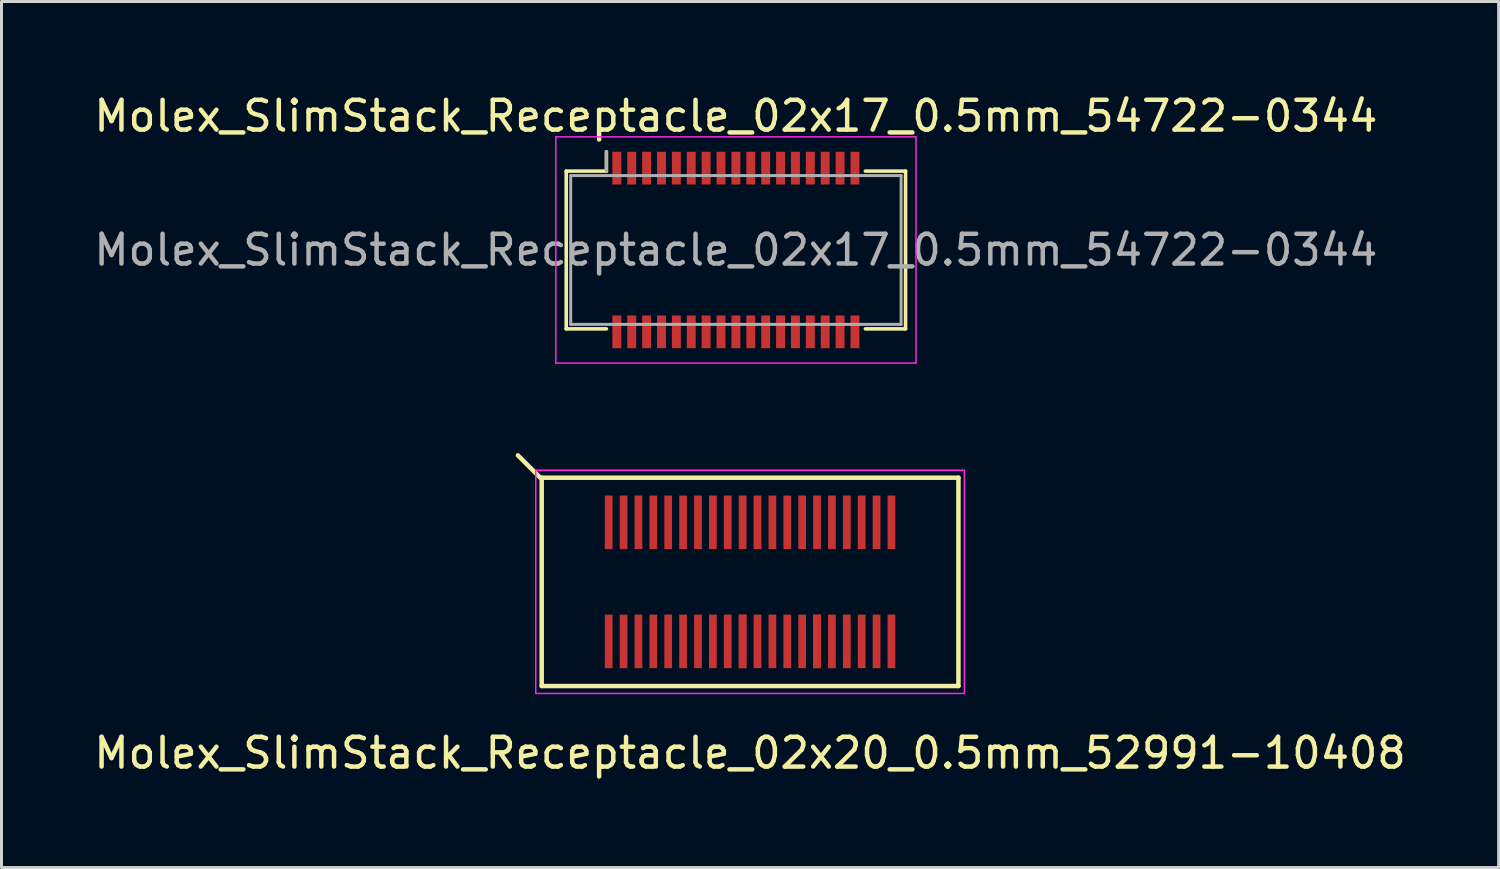
<source format=kicad_pcb>
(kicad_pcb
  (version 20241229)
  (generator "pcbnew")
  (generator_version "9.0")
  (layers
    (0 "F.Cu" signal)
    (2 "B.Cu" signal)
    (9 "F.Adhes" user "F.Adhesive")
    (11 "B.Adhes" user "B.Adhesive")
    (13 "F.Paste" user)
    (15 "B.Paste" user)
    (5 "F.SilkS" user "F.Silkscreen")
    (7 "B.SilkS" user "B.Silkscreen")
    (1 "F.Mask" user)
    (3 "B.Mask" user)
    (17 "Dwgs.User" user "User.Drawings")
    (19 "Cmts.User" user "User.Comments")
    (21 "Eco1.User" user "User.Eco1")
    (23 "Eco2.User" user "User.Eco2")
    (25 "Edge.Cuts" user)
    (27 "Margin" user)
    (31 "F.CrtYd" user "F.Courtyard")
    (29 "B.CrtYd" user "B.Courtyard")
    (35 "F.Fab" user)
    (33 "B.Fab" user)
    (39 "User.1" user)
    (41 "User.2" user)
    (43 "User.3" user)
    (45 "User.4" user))
  (footprint "Molex_SlimStack_Receptacle_02x17_0.5mm_54722-0344"
    (layer "F.Cu")
    (at 21.673 5.348)
    (property "Reference" "Molex_SlimStack_Receptacle_02x17_0.5mm_54722-0344" (at 0 -4.5 0) (layer "F.SilkS") (effects (font (size 1 1) (thickness 0.15))))
    (attr smd)
    (fp_line (start -5.7 -2.65) (end -4.35 -2.65) (stroke (width 0.12) (type solid)) (layer "F.SilkS"))
    (fp_line (start -5.7 2.65) (end -5.7 -2.65) (stroke (width 0.12) (type solid)) (layer "F.SilkS"))
    (fp_line (start -4.35 -2.65) (end -4.35 -3.3) (stroke (width 0.12) (type solid)) (layer "F.SilkS"))
    (fp_line (start -4.35 2.65) (end -5.7 2.65) (stroke (width 0.12) (type solid)) (layer "F.SilkS"))
    (fp_line (start 4.35 2.65) (end 5.7 2.65) (stroke (width 0.12) (type solid)) (layer "F.SilkS"))
    (fp_line (start 5.7 -2.65) (end 4.35 -2.65) (stroke (width 0.12) (type solid)) (layer "F.SilkS"))
    (fp_line (start 5.7 2.65) (end 5.7 -2.65) (stroke (width 0.12) (type solid)) (layer "F.SilkS"))
    (fp_line (start -6.05 -3.8) (end -6.05 3.8) (stroke (width 0.05) (type solid)) (layer "F.CrtYd"))
    (fp_line (start -6.05 3.8) (end 6.05 3.8) (stroke (width 0.05) (type solid)) (layer "F.CrtYd"))
    (fp_line (start 6.05 -3.8) (end -6.05 -3.8) (stroke (width 0.05) (type solid)) (layer "F.CrtYd"))
    (fp_line (start 6.05 3.8) (end 6.05 -3.8) (stroke (width 0.05) (type solid)) (layer "F.CrtYd"))
    (fp_line (start -5.55 -2.5) (end -5.55 2.5) (stroke (width 0.1) (type solid)) (layer "F.Fab"))
    (fp_line (start -5.55 2.5) (end 5.55 2.5) (stroke (width 0.1) (type solid)) (layer "F.Fab"))
    (fp_line (start -4.35 -2.65) (end -4.35 -3.3) (stroke (width 0.1) (type solid)) (layer "F.Fab"))
    (fp_line (start 5.55 -2.5) (end -5.55 -2.5) (stroke (width 0.1) (type solid)) (layer "F.Fab"))
    (fp_line (start 5.55 2.5) (end 5.55 -2.5) (stroke (width 0.1) (type solid)) (layer "F.Fab"))
    (fp_text user "${REFERENCE}" (at 0 0 0) (layer "F.Fab") (effects (font (size 1 1) (thickness 0.15))))
    (pad "1" smd rect (at -4 -2.75) (size 0.3 1.1) (layers "F.Cu" "F.Mask" "F.Paste"))
    (pad "2" smd rect (at -4 2.75) (size 0.3 1.1) (layers "F.Cu" "F.Mask" "F.Paste"))
    (pad "3" smd rect (at -3.5 -2.75) (size 0.3 1.1) (layers "F.Cu" "F.Mask" "F.Paste"))
    (pad "4" smd rect (at -3.5 2.75) (size 0.3 1.1) (layers "F.Cu" "F.Mask" "F.Paste"))
    (pad "5" smd rect (at -3 -2.75) (size 0.3 1.1) (layers "F.Cu" "F.Mask" "F.Paste"))
    (pad "6" smd rect (at -3 2.75) (size 0.3 1.1) (layers "F.Cu" "F.Mask" "F.Paste"))
    (pad "7" smd rect (at -2.5 -2.75) (size 0.3 1.1) (layers "F.Cu" "F.Mask" "F.Paste"))
    (pad "8" smd rect (at -2.5 2.75) (size 0.3 1.1) (layers "F.Cu" "F.Mask" "F.Paste"))
    (pad "9" smd rect (at -2 -2.75) (size 0.3 1.1) (layers "F.Cu" "F.Mask" "F.Paste"))
    (pad "10" smd rect (at -2 2.75) (size 0.3 1.1) (layers "F.Cu" "F.Mask" "F.Paste"))
    (pad "11" smd rect (at -1.5 -2.75) (size 0.3 1.1) (layers "F.Cu" "F.Mask" "F.Paste"))
    (pad "12" smd rect (at -1.5 2.75) (size 0.3 1.1) (layers "F.Cu" "F.Mask" "F.Paste"))
    (pad "13" smd rect (at -1 -2.75) (size 0.3 1.1) (layers "F.Cu" "F.Mask" "F.Paste"))
    (pad "14" smd rect (at -1 2.75) (size 0.3 1.1) (layers "F.Cu" "F.Mask" "F.Paste"))
    (pad "15" smd rect (at -0.5 -2.75) (size 0.3 1.1) (layers "F.Cu" "F.Mask" "F.Paste"))
    (pad "16" smd rect (at -0.5 2.75) (size 0.3 1.1) (layers "F.Cu" "F.Mask" "F.Paste"))
    (pad "17" smd rect (at 0 -2.75) (size 0.3 1.1) (layers "F.Cu" "F.Mask" "F.Paste"))
    (pad "18" smd rect (at 0 2.75) (size 0.3 1.1) (layers "F.Cu" "F.Mask" "F.Paste"))
    (pad "19" smd rect (at 0.5 -2.75) (size 0.3 1.1) (layers "F.Cu" "F.Mask" "F.Paste"))
    (pad "20" smd rect (at 0.5 2.75) (size 0.3 1.1) (layers "F.Cu" "F.Mask" "F.Paste"))
    (pad "21" smd rect (at 1 -2.75) (size 0.3 1.1) (layers "F.Cu" "F.Mask" "F.Paste"))
    (pad "22" smd rect (at 1 2.75) (size 0.3 1.1) (layers "F.Cu" "F.Mask" "F.Paste"))
    (pad "23" smd rect (at 1.5 -2.75) (size 0.3 1.1) (layers "F.Cu" "F.Mask" "F.Paste"))
    (pad "24" smd rect (at 1.5 2.75) (size 0.3 1.1) (layers "F.Cu" "F.Mask" "F.Paste"))
    (pad "25" smd rect (at 2 -2.75) (size 0.3 1.1) (layers "F.Cu" "F.Mask" "F.Paste"))
    (pad "26" smd rect (at 2 2.75) (size 0.3 1.1) (layers "F.Cu" "F.Mask" "F.Paste"))
    (pad "27" smd rect (at 2.5 -2.75) (size 0.3 1.1) (layers "F.Cu" "F.Mask" "F.Paste"))
    (pad "28" smd rect (at 2.5 2.75) (size 0.3 1.1) (layers "F.Cu" "F.Mask" "F.Paste"))
    (pad "29" smd rect (at 3 -2.75) (size 0.3 1.1) (layers "F.Cu" "F.Mask" "F.Paste"))
    (pad "30" smd rect (at 3 2.75) (size 0.3 1.1) (layers "F.Cu" "F.Mask" "F.Paste"))
    (pad "31" smd rect (at 3.5 -2.75) (size 0.3 1.1) (layers "F.Cu" "F.Mask" "F.Paste"))
    (pad "32" smd rect (at 3.5 2.75) (size 0.3 1.1) (layers "F.Cu" "F.Mask" "F.Paste"))
    (pad "33" smd rect (at 4 -2.75) (size 0.3 1.1) (layers "F.Cu" "F.Mask" "F.Paste"))
    (pad "34" smd rect (at 4 2.75) (size 0.3 1.1) (layers "F.Cu" "F.Mask" "F.Paste")))
  (footprint "Molex_SlimStack_Receptacle_02x20_0.5mm_52991-10408"
    (layer "F.Cu")
    (at 22.149 16.498)
    (property "Reference" "Molex_SlimStack_Receptacle_02x20_0.5mm_52991-10408" (at 0 5.75 0) (layer "F.SilkS") (effects (font (size 1 1) (thickness 0.15))))
    (attr smd)
    (fp_line (start -7.05 -3.5) (end -7.8 -4.25) (stroke (width 0.15) (type solid)) (layer "F.SilkS"))
    (fp_line (start -7 -3.5) (end -7 3.5) (stroke (width 0.15) (type solid)) (layer "F.SilkS"))
    (fp_line (start -7 3.5) (end 7 3.5) (stroke (width 0.15) (type solid)) (layer "F.SilkS"))
    (fp_line (start 7 -3.5) (end -7 -3.5) (stroke (width 0.15) (type solid)) (layer "F.SilkS"))
    (fp_line (start 7 3.5) (end 7 -3.5) (stroke (width 0.15) (type solid)) (layer "F.SilkS"))
    (fp_line (start -7.2 -3.75) (end -7.2 3.75) (stroke (width 0.05) (type solid)) (layer "F.CrtYd"))
    (fp_line (start -7.2 3.75) (end 7.2 3.75) (stroke (width 0.05) (type solid)) (layer "F.CrtYd"))
    (fp_line (start 7.2 -3.75) (end -7.2 -3.75) (stroke (width 0.05) (type solid)) (layer "F.CrtYd"))
    (fp_line (start 7.2 3.75) (end 7.2 -3.75) (stroke (width 0.05) (type solid)) (layer "F.CrtYd"))
    (pad "1" smd rect (at -4.75 -2) (size 0.26 1.8) (layers "F.Cu" "F.Mask" "F.Paste"))
    (pad "2" smd rect (at -4.75 2) (size 0.26 1.8) (layers "F.Cu" "F.Mask" "F.Paste"))
    (pad "3" smd rect (at -4.25 -2) (size 0.26 1.8) (layers "F.Cu" "F.Mask" "F.Paste"))
    (pad "4" smd rect (at -4.25 2) (size 0.26 1.8) (layers "F.Cu" "F.Mask" "F.Paste"))
    (pad "5" smd rect (at -3.75 -2) (size 0.26 1.8) (layers "F.Cu" "F.Mask" "F.Paste"))
    (pad "6" smd rect (at -3.75 2) (size 0.26 1.8) (layers "F.Cu" "F.Mask" "F.Paste"))
    (pad "7" smd rect (at -3.25 -2) (size 0.26 1.8) (layers "F.Cu" "F.Mask" "F.Paste"))
    (pad "8" smd rect (at -3.25 2) (size 0.26 1.8) (layers "F.Cu" "F.Mask" "F.Paste"))
    (pad "9" smd rect (at -2.75 -2) (size 0.26 1.8) (layers "F.Cu" "F.Mask" "F.Paste"))
    (pad "10" smd rect (at -2.75 2) (size 0.26 1.8) (layers "F.Cu" "F.Mask" "F.Paste"))
    (pad "11" smd rect (at -2.25 -2) (size 0.26 1.8) (layers "F.Cu" "F.Mask" "F.Paste"))
    (pad "12" smd rect (at -2.25 2) (size 0.26 1.8) (layers "F.Cu" "F.Mask" "F.Paste"))
    (pad "13" smd rect (at -1.75 -2) (size 0.26 1.8) (layers "F.Cu" "F.Mask" "F.Paste"))
    (pad "14" smd rect (at -1.75 2) (size 0.26 1.8) (layers "F.Cu" "F.Mask" "F.Paste"))
    (pad "15" smd rect (at -1.25 -2) (size 0.26 1.8) (layers "F.Cu" "F.Mask" "F.Paste"))
    (pad "16" smd rect (at -1.25 2) (size 0.26 1.8) (layers "F.Cu" "F.Mask" "F.Paste"))
    (pad "17" smd rect (at -0.75 -2) (size 0.26 1.8) (layers "F.Cu" "F.Mask" "F.Paste"))
    (pad "18" smd rect (at -0.75 2) (size 0.26 1.8) (layers "F.Cu" "F.Mask" "F.Paste"))
    (pad "19" smd rect (at -0.25 -2) (size 0.26 1.8) (layers "F.Cu" "F.Mask" "F.Paste"))
    (pad "20" smd rect (at -0.25 2) (size 0.26 1.8) (layers "F.Cu" "F.Mask" "F.Paste"))
    (pad "20" smd rect (at -0.25 2) (size 0.26 1.8) (layers "F.Cu" "F.Mask" "F.Paste"))
    (pad "21" smd rect (at 0.25 -2) (size 0.26 1.8) (layers "F.Cu" "F.Mask" "F.Paste"))
    (pad "22" smd rect (at 0.25 2) (size 0.26 1.8) (layers "F.Cu" "F.Mask" "F.Paste"))
    (pad "23" smd rect (at 0.75 -2) (size 0.26 1.8) (layers "F.Cu" "F.Mask" "F.Paste"))
    (pad "24" smd rect (at 0.75 2) (size 0.26 1.8) (layers "F.Cu" "F.Mask" "F.Paste"))
    (pad "25" smd rect (at 1.25 -2) (size 0.26 1.8) (layers "F.Cu" "F.Mask" "F.Paste"))
    (pad "26" smd rect (at 1.25 2) (size 0.26 1.8) (layers "F.Cu" "F.Mask" "F.Paste"))
    (pad "27" smd rect (at 1.75 -2) (size 0.26 1.8) (layers "F.Cu" "F.Mask" "F.Paste"))
    (pad "28" smd rect (at 1.75 2) (size 0.26 1.8) (layers "F.Cu" "F.Mask" "F.Paste"))
    (pad "29" smd rect (at 2.25 -2) (size 0.26 1.8) (layers "F.Cu" "F.Mask" "F.Paste"))
    (pad "30" smd rect (at 2.25 2) (size 0.26 1.8) (layers "F.Cu" "F.Mask" "F.Paste"))
    (pad "30" smd rect (at 2.25 2) (size 0.26 1.8) (layers "F.Cu" "F.Mask" "F.Paste"))
    (pad "31" smd rect (at 2.75 -2) (size 0.26 1.8) (layers "F.Cu" "F.Mask" "F.Paste"))
    (pad "32" smd rect (at 2.75 2) (size 0.26 1.8) (layers "F.Cu" "F.Mask" "F.Paste"))
    (pad "33" smd rect (at 3.25 -2) (size 0.26 1.8) (layers "F.Cu" "F.Mask" "F.Paste"))
    (pad "34" smd rect (at 3.25 2) (size 0.26 1.8) (layers "F.Cu" "F.Mask" "F.Paste"))
    (pad "35" smd rect (at 3.75 -2) (size 0.26 1.8) (layers "F.Cu" "F.Mask" "F.Paste"))
    (pad "36" smd rect (at 3.75 2) (size 0.26 1.8) (layers "F.Cu" "F.Mask" "F.Paste"))
    (pad "37" smd rect (at 4.25 -2) (size 0.26 1.8) (layers "F.Cu" "F.Mask" "F.Paste"))
    (pad "38" smd rect (at 4.25 2) (size 0.26 1.8) (layers "F.Cu" "F.Mask" "F.Paste"))
    (pad "39" smd rect (at 4.75 -2) (size 0.26 1.8) (layers "F.Cu" "F.Mask" "F.Paste"))
    (pad "40" smd rect (at 4.75 2) (size 0.26 1.8) (layers "F.Cu" "F.Mask" "F.Paste")))
  (gr_rect
    (start -3 -3)
    (end 47.298 26.096)
    (stroke (width 0.1) (type default))
    (fill no)
    (layer "Edge.Cuts")))
</source>
